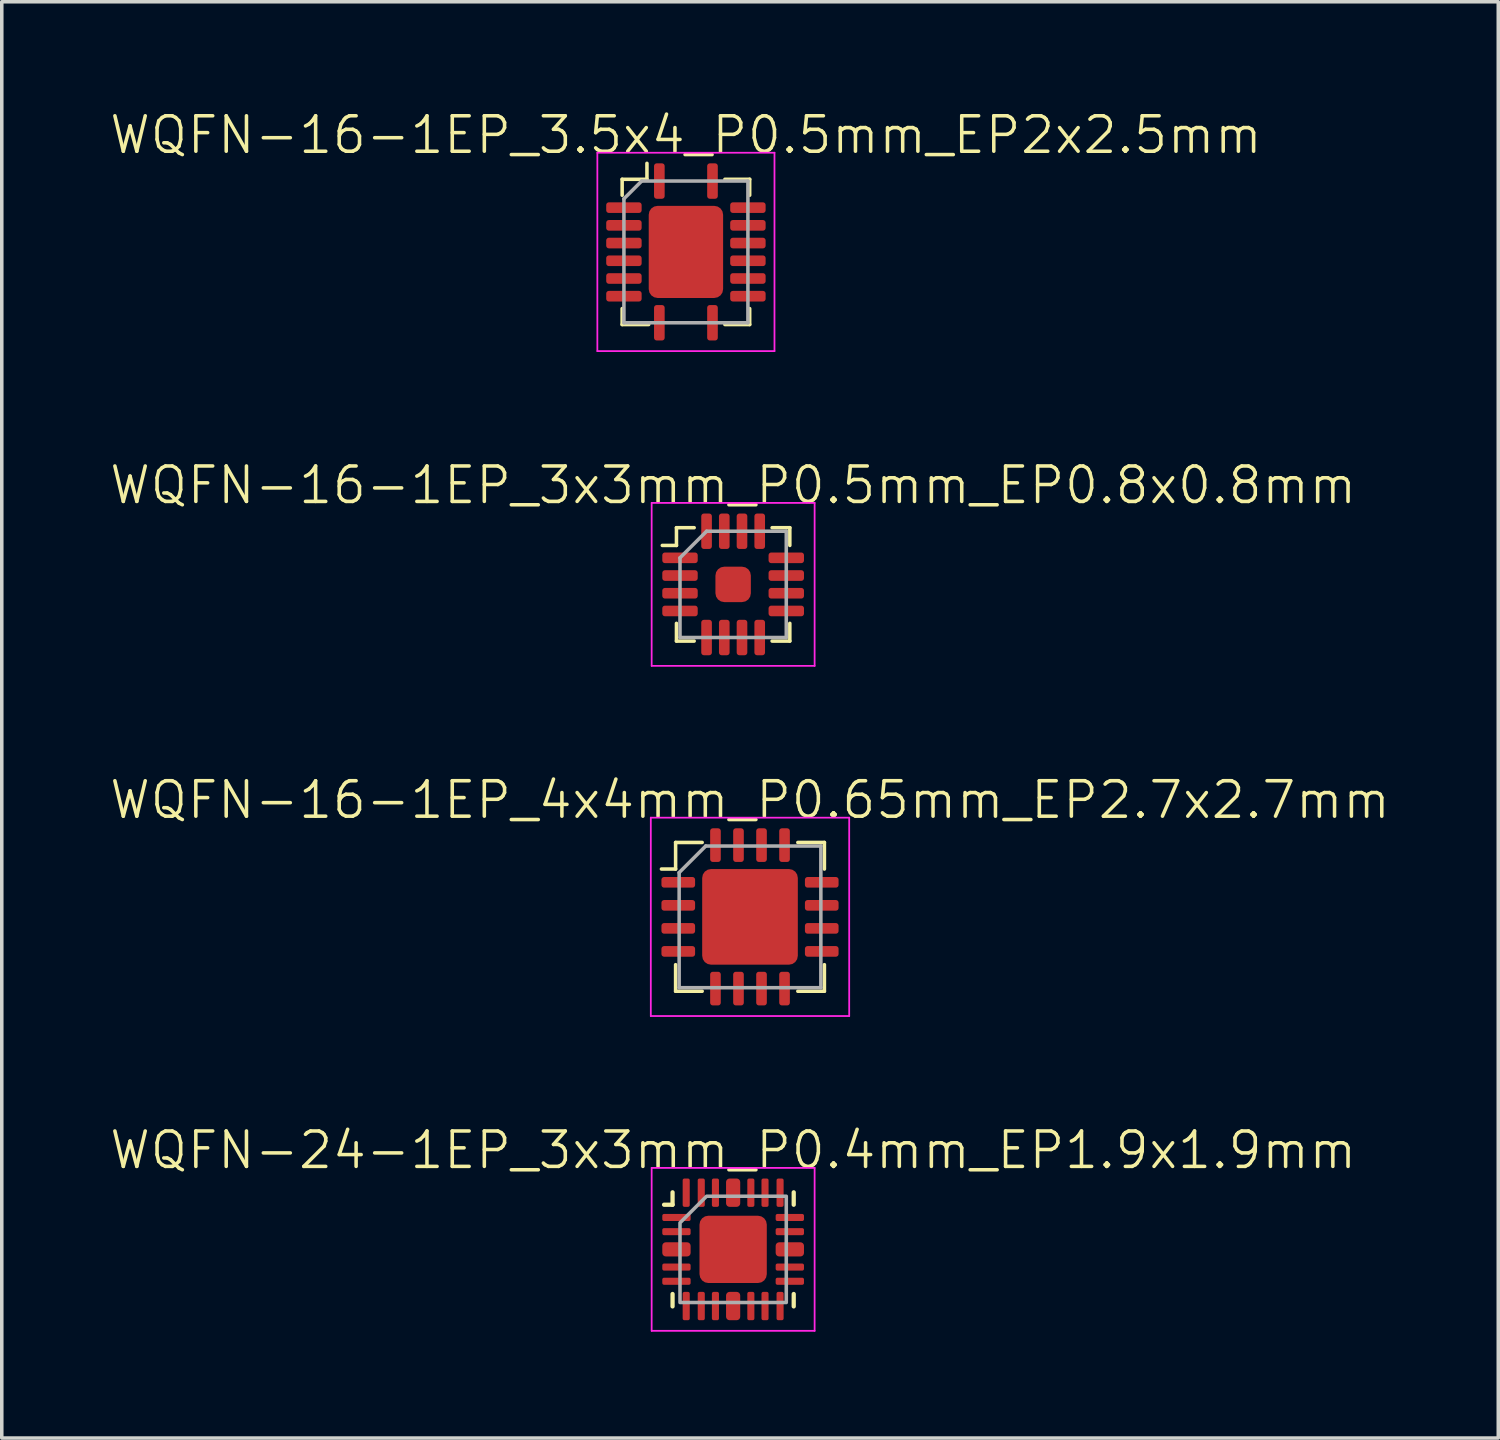
<source format=kicad_pcb>
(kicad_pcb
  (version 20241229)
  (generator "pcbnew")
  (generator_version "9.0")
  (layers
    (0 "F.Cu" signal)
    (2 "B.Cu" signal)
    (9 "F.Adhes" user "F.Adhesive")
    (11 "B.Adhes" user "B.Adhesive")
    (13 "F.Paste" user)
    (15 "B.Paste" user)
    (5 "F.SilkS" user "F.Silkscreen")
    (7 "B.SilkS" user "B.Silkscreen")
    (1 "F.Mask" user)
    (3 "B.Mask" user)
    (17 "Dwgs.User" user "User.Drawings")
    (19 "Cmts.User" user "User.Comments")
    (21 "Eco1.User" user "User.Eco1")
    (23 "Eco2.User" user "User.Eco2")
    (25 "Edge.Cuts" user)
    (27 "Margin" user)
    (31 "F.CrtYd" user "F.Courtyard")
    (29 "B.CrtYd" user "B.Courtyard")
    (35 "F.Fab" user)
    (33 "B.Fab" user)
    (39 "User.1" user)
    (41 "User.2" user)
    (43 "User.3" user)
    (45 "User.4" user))
  (footprint "WQFN-16-1EP_4x4mm_P0.65mm_EP2.7x2.7mm"
    (layer "F.Cu")
    (at 18.121 22.831)
    (property "Reference" "WQFN-16-1EP_4x4mm_P0.65mm_EP2.7x2.7mm" (at 0 -3.3 0) (layer "F.SilkS") (effects (font (size 1 1) (thickness 0.1))))
    (attr smd)
    (fp_line (start -2.1 -1.35) (end -2.5 -1.35) (stroke (width 0.1) (type default)) (layer "F.SilkS"))
    (fp_line (start -2.1 -1.35) (end -2.1 -2.1) (stroke (width 0.1) (type solid)) (layer "F.SilkS"))
    (fp_line (start -2.1 2.1) (end -2.1 1.35) (stroke (width 0.1) (type solid)) (layer "F.SilkS"))
    (fp_line (start -1.35 -2.1) (end -2.1 -2.1) (stroke (width 0.1) (type solid)) (layer "F.SilkS"))
    (fp_line (start -1.35 2.1) (end -2.1 2.1) (stroke (width 0.1) (type solid)) (layer "F.SilkS"))
    (fp_line (start 1.35 -2.1) (end 2.1 -2.1) (stroke (width 0.1) (type solid)) (layer "F.SilkS"))
    (fp_line (start 1.35 2.1) (end 2.1 2.1) (stroke (width 0.1) (type solid)) (layer "F.SilkS"))
    (fp_line (start 2.1 -2.1) (end 2.1 -1.35) (stroke (width 0.1) (type solid)) (layer "F.SilkS"))
    (fp_line (start 2.1 2.1) (end 2.1 1.35) (stroke (width 0.1) (type solid)) (layer "F.SilkS"))
    (fp_rect (start -1.1 -1.1) (end -1 -1) (stroke (width 0.5) (type solid)) (fill yes) (layer "F.Paste"))
    (fp_rect (start -1.1 -0.4) (end -1 -0.3) (stroke (width 0.5) (type solid)) (fill yes) (layer "F.Paste"))
    (fp_rect (start -1.1 0.3) (end -1 0.4) (stroke (width 0.5) (type solid)) (fill yes) (layer "F.Paste"))
    (fp_rect (start -1.1 1) (end -1 1.1) (stroke (width 0.5) (type solid)) (fill yes) (layer "F.Paste"))
    (fp_rect (start -0.4 -1.1) (end -0.3 -1) (stroke (width 0.5) (type solid)) (fill yes) (layer "F.Paste"))
    (fp_rect (start -0.4 -0.4) (end -0.3 -0.3) (stroke (width 0.5) (type solid)) (fill yes) (layer "F.Paste"))
    (fp_rect (start -0.4 0.3) (end -0.3 0.4) (stroke (width 0.5) (type solid)) (fill yes) (layer "F.Paste"))
    (fp_rect (start -0.4 1) (end -0.3 1.1) (stroke (width 0.5) (type solid)) (fill yes) (layer "F.Paste"))
    (fp_rect (start 0.3 -1.1) (end 0.4 -1) (stroke (width 0.5) (type solid)) (fill yes) (layer "F.Paste"))
    (fp_rect (start 0.3 -0.4) (end 0.4 -0.3) (stroke (width 0.5) (type solid)) (fill yes) (layer "F.Paste"))
    (fp_rect (start 0.3 0.3) (end 0.4 0.4) (stroke (width 0.5) (type solid)) (fill yes) (layer "F.Paste"))
    (fp_rect (start 0.3 1) (end 0.4 1.1) (stroke (width 0.5) (type solid)) (fill yes) (layer "F.Paste"))
    (fp_rect (start 1 -1.1) (end 1.1 -1) (stroke (width 0.5) (type solid)) (fill yes) (layer "F.Paste"))
    (fp_rect (start 1 -0.4) (end 1.1 -0.3) (stroke (width 0.5) (type solid)) (fill yes) (layer "F.Paste"))
    (fp_rect (start 1 0.3) (end 1.1 0.4) (stroke (width 0.5) (type solid)) (fill yes) (layer "F.Paste"))
    (fp_rect (start 1 1) (end 1.1 1.1) (stroke (width 0.5) (type solid)) (fill yes) (layer "F.Paste"))
    (fp_line (start -2.8 -2.8) (end -2.8 2.8) (stroke (width 0.05) (type solid)) (layer "F.CrtYd"))
    (fp_line (start -2.8 2.8) (end 2.8 2.8) (stroke (width 0.05) (type solid)) (layer "F.CrtYd"))
    (fp_line (start 2.8 -2.8) (end -2.8 -2.8) (stroke (width 0.05) (type solid)) (layer "F.CrtYd"))
    (fp_line (start 2.8 2.8) (end 2.8 -2.8) (stroke (width 0.05) (type solid)) (layer "F.CrtYd"))
    (fp_line (start -2 -1.25) (end -1.25 -2) (stroke (width 0.1) (type solid)) (layer "F.Fab"))
    (fp_line (start -2 2) (end -2 -1.25) (stroke (width 0.1) (type solid)) (layer "F.Fab"))
    (fp_line (start -1.25 -2) (end 2 -2) (stroke (width 0.1) (type solid)) (layer "F.Fab"))
    (fp_line (start 2 -2) (end 2 2) (stroke (width 0.1) (type solid)) (layer "F.Fab"))
    (fp_line (start 2 2) (end -2 2) (stroke (width 0.1) (type solid)) (layer "F.Fab"))
    (pad "1" smd roundrect (at -2.025 -0.975) (size 0.95 0.3) (layers "F.Cu" "F.Mask" "F.Paste") (roundrect_rratio 0.25))
    (pad "2" smd roundrect (at -2.025 -0.325) (size 0.95 0.3) (layers "F.Cu" "F.Mask" "F.Paste") (roundrect_rratio 0.25))
    (pad "3" smd roundrect (at -2.025 0.325) (size 0.95 0.3) (layers "F.Cu" "F.Mask" "F.Paste") (roundrect_rratio 0.25))
    (pad "4" smd roundrect (at -2.025 0.975) (size 0.95 0.3) (layers "F.Cu" "F.Mask" "F.Paste") (roundrect_rratio 0.25))
    (pad "5" smd roundrect (at -0.975 2.025 90) (size 0.95 0.3) (layers "F.Cu" "F.Mask" "F.Paste") (roundrect_rratio 0.25))
    (pad "6" smd roundrect (at -0.325 2.025 90) (size 0.95 0.3) (layers "F.Cu" "F.Mask" "F.Paste") (roundrect_rratio 0.25))
    (pad "7" smd roundrect (at 0.325 2.025 90) (size 0.95 0.3) (layers "F.Cu" "F.Mask" "F.Paste") (roundrect_rratio 0.25))
    (pad "8" smd roundrect (at 0.975 2.025 90) (size 0.95 0.3) (layers "F.Cu" "F.Mask" "F.Paste") (roundrect_rratio 0.25))
    (pad "9" smd roundrect (at 2.025 0.975) (size 0.95 0.3) (layers "F.Cu" "F.Mask" "F.Paste") (roundrect_rratio 0.25))
    (pad "10" smd roundrect (at 2.025 0.325) (size 0.95 0.3) (layers "F.Cu" "F.Mask" "F.Paste") (roundrect_rratio 0.25))
    (pad "11" smd roundrect (at 2.025 -0.325) (size 0.95 0.3) (layers "F.Cu" "F.Mask" "F.Paste") (roundrect_rratio 0.25))
    (pad "12" smd roundrect (at 2.025 -0.975) (size 0.95 0.3) (layers "F.Cu" "F.Mask" "F.Paste") (roundrect_rratio 0.25))
    (pad "13" smd roundrect (at 0.975 -2.025 90) (size 0.95 0.3) (layers "F.Cu" "F.Mask" "F.Paste") (roundrect_rratio 0.25))
    (pad "14" smd roundrect (at 0.325 -2.025 90) (size 0.95 0.3) (layers "F.Cu" "F.Mask" "F.Paste") (roundrect_rratio 0.25))
    (pad "15" smd roundrect (at -0.325 -2.025 90) (size 0.95 0.3) (layers "F.Cu" "F.Mask" "F.Paste") (roundrect_rratio 0.25))
    (pad "16" smd roundrect (at -0.975 -2.025 90) (size 0.95 0.3) (layers "F.Cu" "F.Mask" "F.Paste") (roundrect_rratio 0.25))
    (pad "17" smd roundrect (at 0 0) (size 2.7 2.7) (property pad_prop_heatsink) (layers "F.Cu" "F.Mask") (roundrect_rratio 0.093)))
  (footprint "WQFN-16-1EP_3x3mm_P0.5mm_EP0.8x0.8mm"
    (layer "F.Cu")
    (at 17.645 13.446)
    (property "Reference" "WQFN-16-1EP_3x3mm_P0.5mm_EP0.8x0.8mm" (at 0 -2.8 0) (layer "F.SilkS") (effects (font (size 1 1) (thickness 0.1))))
    (attr smd)
    (fp_line (start -1.6 -1.1) (end -2 -1.1) (stroke (width 0.1) (type default)) (layer "F.SilkS"))
    (fp_line (start -1.6 -1.1) (end -1.6 -1.6) (stroke (width 0.1) (type solid)) (layer "F.SilkS"))
    (fp_line (start -1.6 1.6) (end -1.6 1.1) (stroke (width 0.1) (type solid)) (layer "F.SilkS"))
    (fp_line (start -1.1 -1.6) (end -1.6 -1.6) (stroke (width 0.1) (type solid)) (layer "F.SilkS"))
    (fp_line (start -1.1 1.6) (end -1.6 1.6) (stroke (width 0.1) (type solid)) (layer "F.SilkS"))
    (fp_line (start 1.1 -1.6) (end 1.6 -1.6) (stroke (width 0.1) (type solid)) (layer "F.SilkS"))
    (fp_line (start 1.1 1.6) (end 1.6 1.6) (stroke (width 0.1) (type solid)) (layer "F.SilkS"))
    (fp_line (start 1.6 -1.6) (end 1.6 -1.1) (stroke (width 0.1) (type solid)) (layer "F.SilkS"))
    (fp_line (start 1.6 1.6) (end 1.6 1.1) (stroke (width 0.1) (type solid)) (layer "F.SilkS"))
    (fp_line (start -2.3 -2.3) (end -2.3 2.3) (stroke (width 0.05) (type solid)) (layer "F.CrtYd"))
    (fp_line (start -2.3 2.3) (end 2.3 2.3) (stroke (width 0.05) (type solid)) (layer "F.CrtYd"))
    (fp_line (start 2.3 -2.3) (end -2.3 -2.3) (stroke (width 0.05) (type solid)) (layer "F.CrtYd"))
    (fp_line (start 2.3 2.3) (end 2.3 -2.3) (stroke (width 0.05) (type solid)) (layer "F.CrtYd"))
    (fp_line (start -1.5 -0.75) (end -0.75 -1.5) (stroke (width 0.1) (type solid)) (layer "F.Fab"))
    (fp_line (start -1.5 1.5) (end -1.5 -0.75) (stroke (width 0.1) (type solid)) (layer "F.Fab"))
    (fp_line (start -0.75 -1.5) (end 1.5 -1.5) (stroke (width 0.1) (type solid)) (layer "F.Fab"))
    (fp_line (start 1.5 -1.5) (end 1.5 1.5) (stroke (width 0.1) (type solid)) (layer "F.Fab"))
    (fp_line (start 1.5 1.5) (end -1.5 1.5) (stroke (width 0.1) (type solid)) (layer "F.Fab"))
    (pad "" smd roundrect (at -0.25 -0.25) (size 0.4 0.4) (layers "F.Paste") (roundrect_rratio 0.5))
    (pad "" smd roundrect (at -0.25 0.25) (size 0.4 0.4) (layers "F.Paste") (roundrect_rratio 0.5))
    (pad "" smd roundrect (at 0.25 -0.25) (size 0.4 0.4) (layers "F.Paste") (roundrect_rratio 0.5))
    (pad "" smd roundrect (at 0.25 0.25) (size 0.4 0.4) (layers "F.Paste") (roundrect_rratio 0.5))
    (pad "1" smd roundrect (at -1.5 -0.75) (size 1 0.3) (layers "F.Cu" "F.Mask" "F.Paste") (roundrect_rratio 0.25))
    (pad "2" smd roundrect (at -1.5 -0.25) (size 1 0.3) (layers "F.Cu" "F.Mask" "F.Paste") (roundrect_rratio 0.25))
    (pad "3" smd roundrect (at -1.5 0.25) (size 1 0.3) (layers "F.Cu" "F.Mask" "F.Paste") (roundrect_rratio 0.25))
    (pad "4" smd roundrect (at -1.5 0.75) (size 1 0.3) (layers "F.Cu" "F.Mask" "F.Paste") (roundrect_rratio 0.25))
    (pad "5" smd roundrect (at -0.75 1.5 90) (size 1 0.3) (layers "F.Cu" "F.Mask" "F.Paste") (roundrect_rratio 0.25))
    (pad "6" smd roundrect (at -0.25 1.5 90) (size 1 0.3) (layers "F.Cu" "F.Mask" "F.Paste") (roundrect_rratio 0.25))
    (pad "7" smd roundrect (at 0.25 1.5 90) (size 1 0.3) (layers "F.Cu" "F.Mask" "F.Paste") (roundrect_rratio 0.25))
    (pad "8" smd roundrect (at 0.75 1.5 90) (size 1 0.3) (layers "F.Cu" "F.Mask" "F.Paste") (roundrect_rratio 0.25))
    (pad "9" smd roundrect (at 1.5 0.75) (size 1 0.3) (layers "F.Cu" "F.Mask" "F.Paste") (roundrect_rratio 0.25))
    (pad "10" smd roundrect (at 1.5 0.25) (size 1 0.3) (layers "F.Cu" "F.Mask" "F.Paste") (roundrect_rratio 0.25))
    (pad "11" smd roundrect (at 1.5 -0.25) (size 1 0.3) (layers "F.Cu" "F.Mask" "F.Paste") (roundrect_rratio 0.25))
    (pad "12" smd roundrect (at 1.5 -0.75) (size 1 0.3) (layers "F.Cu" "F.Mask" "F.Paste") (roundrect_rratio 0.25))
    (pad "13" smd roundrect (at 0.75 -1.5 90) (size 1 0.3) (layers "F.Cu" "F.Mask" "F.Paste") (roundrect_rratio 0.25))
    (pad "14" smd roundrect (at 0.25 -1.5 90) (size 1 0.3) (layers "F.Cu" "F.Mask" "F.Paste") (roundrect_rratio 0.25))
    (pad "15" smd roundrect (at -0.25 -1.5 90) (size 1 0.3) (layers "F.Cu" "F.Mask" "F.Paste") (roundrect_rratio 0.25))
    (pad "16" smd roundrect (at -0.75 -1.5 90) (size 1 0.3) (layers "F.Cu" "F.Mask" "F.Paste") (roundrect_rratio 0.25))
    (pad "17" smd roundrect (at 0 0) (size 1 1) (property pad_prop_heatsink) (layers "F.Cu" "F.Mask") (roundrect_rratio 0.25)))
  (footprint "WQFN-24-1EP_3x3mm_P0.4mm_EP1.9x1.9mm"
    (layer "F.Cu")
    (at 17.645 32.217)
    (property "Reference" "WQFN-24-1EP_3x3mm_P0.4mm_EP1.9x1.9mm" (at 0 -2.8 0) (layer "F.SilkS") (effects (font (size 1 1) (thickness 0.1))))
    (attr smd)
    (fp_line (start -1.95 -1.26) (end -1.71 -1.26) (stroke (width 0.12) (type solid)) (layer "F.SilkS"))
    (fp_line (start -1.71 -1.61) (end -1.71 -1.26) (stroke (width 0.12) (type solid)) (layer "F.SilkS"))
    (fp_line (start -1.71 1.61) (end -1.71 1.26) (stroke (width 0.12) (type solid)) (layer "F.SilkS"))
    (fp_line (start 1.71 -1.61) (end 1.71 -1.26) (stroke (width 0.12) (type solid)) (layer "F.SilkS"))
    (fp_line (start 1.71 1.61) (end 1.71 1.26) (stroke (width 0.12) (type solid)) (layer "F.SilkS"))
    (fp_line (start -2.3 -2.3) (end 2.3 -2.3) (stroke (width 0.05) (type solid)) (layer "F.CrtYd"))
    (fp_line (start -2.3 2.3) (end -2.3 -2.3) (stroke (width 0.05) (type solid)) (layer "F.CrtYd"))
    (fp_line (start 2.3 -2.3) (end 2.3 2.3) (stroke (width 0.05) (type solid)) (layer "F.CrtYd"))
    (fp_line (start 2.3 2.3) (end -2.3 2.3) (stroke (width 0.05) (type solid)) (layer "F.CrtYd"))
    (fp_poly (pts (xy -1.5 -0.75) (xy -1.5 1.5) (xy 1.5 1.5) (xy 1.5 -1.5) (xy -0.75 -1.5)) (stroke (width 0.1) (type solid)) (fill no) (layer "F.Fab"))
    (pad "" smd roundrect (at 0 0) (size 1.53 1.53) (layers "F.Paste") (roundrect_rratio 0.163))
    (pad "1" smd roundrect (at -1.6 -0.9) (size 0.8 0.2) (layers "F.Cu" "F.Mask" "F.Paste") (roundrect_rratio 0.25))
    (pad "2" smd roundrect (at -1.6 -0.5) (size 0.8 0.2) (layers "F.Cu" "F.Mask" "F.Paste") (roundrect_rratio 0.25))
    (pad "3" smd roundrect (at -1.6 0) (size 0.8 0.4) (layers "F.Cu" "F.Mask" "F.Paste") (roundrect_rratio 0.25))
    (pad "4" smd roundrect (at -1.6 0.5) (size 0.8 0.2) (layers "F.Cu" "F.Mask" "F.Paste") (roundrect_rratio 0.25))
    (pad "5" smd roundrect (at -1.6 0.9) (size 0.8 0.2) (layers "F.Cu" "F.Mask" "F.Paste") (roundrect_rratio 0.25))
    (pad "6" smd roundrect (at -1.325 1.6 90) (size 0.8 0.2) (layers "F.Cu" "F.Mask" "F.Paste") (roundrect_rratio 0.25))
    (pad "7" smd roundrect (at -0.9 1.6 90) (size 0.8 0.2) (layers "F.Cu" "F.Mask" "F.Paste") (roundrect_rratio 0.25))
    (pad "8" smd roundrect (at -0.5 1.6 90) (size 0.8 0.2) (layers "F.Cu" "F.Mask" "F.Paste") (roundrect_rratio 0.25))
    (pad "9" smd roundrect (at 0 1.6 90) (size 0.8 0.4) (layers "F.Cu" "F.Mask" "F.Paste") (roundrect_rratio 0.25))
    (pad "10" smd roundrect (at 0.5 1.6 90) (size 0.8 0.2) (layers "F.Cu" "F.Mask" "F.Paste") (roundrect_rratio 0.25))
    (pad "11" smd roundrect (at 0.9 1.6 90) (size 0.8 0.2) (layers "F.Cu" "F.Mask" "F.Paste") (roundrect_rratio 0.25))
    (pad "12" smd roundrect (at 1.325 1.6 90) (size 0.8 0.2) (layers "F.Cu" "F.Mask" "F.Paste") (roundrect_rratio 0.25))
    (pad "13" smd roundrect (at 1.6 0.9) (size 0.8 0.2) (layers "F.Cu" "F.Mask" "F.Paste") (roundrect_rratio 0.25))
    (pad "14" smd roundrect (at 1.6 0.5) (size 0.8 0.2) (layers "F.Cu" "F.Mask" "F.Paste") (roundrect_rratio 0.25))
    (pad "15" smd roundrect (at 1.6 0) (size 0.8 0.4) (layers "F.Cu" "F.Mask" "F.Paste") (roundrect_rratio 0.25))
    (pad "16" smd roundrect (at 1.6 -0.5) (size 0.8 0.2) (layers "F.Cu" "F.Mask" "F.Paste") (roundrect_rratio 0.25))
    (pad "17" smd roundrect (at 1.6 -0.9) (size 0.8 0.2) (layers "F.Cu" "F.Mask" "F.Paste") (roundrect_rratio 0.25))
    (pad "18" smd roundrect (at 1.325 -1.6 90) (size 0.8 0.2) (layers "F.Cu" "F.Mask" "F.Paste") (roundrect_rratio 0.25))
    (pad "19" smd roundrect (at 0.9 -1.6 90) (size 0.8 0.2) (layers "F.Cu" "F.Mask" "F.Paste") (roundrect_rratio 0.25))
    (pad "20" smd roundrect (at 0.5 -1.6 90) (size 0.8 0.2) (layers "F.Cu" "F.Mask" "F.Paste") (roundrect_rratio 0.25))
    (pad "21" smd roundrect (at 0 -1.6 90) (size 0.8 0.4) (layers "F.Cu" "F.Mask" "F.Paste") (roundrect_rratio 0.25))
    (pad "22" smd roundrect (at -0.5 -1.6 90) (size 0.8 0.2) (layers "F.Cu" "F.Mask" "F.Paste") (roundrect_rratio 0.25))
    (pad "23" smd roundrect (at -0.9 -1.6 90) (size 0.8 0.2) (layers "F.Cu" "F.Mask" "F.Paste") (roundrect_rratio 0.25))
    (pad "24" smd roundrect (at -1.325 -1.6 90) (size 0.8 0.2) (layers "F.Cu" "F.Mask" "F.Paste") (roundrect_rratio 0.25))
    (pad "25" smd roundrect (at 0 0) (size 1.9 1.9) (property pad_prop_heatsink) (layers "F.Cu" "F.Mask") (roundrect_rratio 0.132)))
  (footprint "WQFN-16-1EP_3.5x4_P0.5mm_EP2x2.5mm"
    (layer "F.Cu")
    (at 16.312 4.061)
    (property "Reference" "WQFN-16-1EP_3.5x4_P0.5mm_EP2x2.5mm" (at 0 -3.3 0) (layer "F.SilkS") (effects (font (size 1 1) (thickness 0.1))))
    (attr smd)
    (fp_line (start -1.8 -2.05) (end -1.1 -2.05) (stroke (width 0.1) (type default)) (layer "F.SilkS"))
    (fp_line (start -1.8 -1.6) (end -1.8 -2.05) (stroke (width 0.1) (type default)) (layer "F.SilkS"))
    (fp_line (start -1.8 2.05) (end -1.8 1.6) (stroke (width 0.1) (type default)) (layer "F.SilkS"))
    (fp_line (start -1.1 -2.05) (end -1.1 -2.5) (stroke (width 0.1) (type default)) (layer "F.SilkS"))
    (fp_line (start -1.05 2.05) (end -1.8 2.05) (stroke (width 0.1) (type default)) (layer "F.SilkS"))
    (fp_line (start 1.1 -2.05) (end 1.8 -2.05) (stroke (width 0.1) (type default)) (layer "F.SilkS"))
    (fp_line (start 1.8 -2.05) (end 1.8 -1.6) (stroke (width 0.1) (type default)) (layer "F.SilkS"))
    (fp_line (start 1.8 1.6) (end 1.8 2.05) (stroke (width 0.1) (type default)) (layer "F.SilkS"))
    (fp_line (start 1.8 2.05) (end 1.1 2.05) (stroke (width 0.1) (type default)) (layer "F.SilkS"))
    (fp_line (start -2.5 -2.8) (end -2.5 2.8) (stroke (width 0.05) (type default)) (layer "F.CrtYd"))
    (fp_line (start -2.5 2.8) (end 2.5 2.8) (stroke (width 0.05) (type default)) (layer "F.CrtYd"))
    (fp_line (start 2.5 -2.8) (end -2.5 -2.8) (stroke (width 0.05) (type default)) (layer "F.CrtYd"))
    (fp_line (start 2.5 2.8) (end 2.5 -2.8) (stroke (width 0.05) (type default)) (layer "F.CrtYd"))
    (fp_line (start -1.75 -1.5) (end -1.25 -2) (stroke (width 0.1) (type default)) (layer "F.Fab"))
    (fp_line (start -1.75 2) (end -1.75 -1.5) (stroke (width 0.1) (type default)) (layer "F.Fab"))
    (fp_line (start -1.75 2) (end 1.75 2) (stroke (width 0.1) (type default)) (layer "F.Fab"))
    (fp_line (start -1.25 -2) (end 1.75 -2) (stroke (width 0.1) (type default)) (layer "F.Fab"))
    (fp_line (start 1.75 -2) (end 1.75 2) (stroke (width 0.1) (type default)) (layer "F.Fab"))
    (pad "" smd roundrect (at -0.55 -0.9) (size 1 0.8) (layers "F.Paste") (roundrect_rratio 0.312))
    (pad "" smd roundrect (at -0.55 0) (size 1 0.8) (layers "F.Paste") (roundrect_rratio 0.312))
    (pad "" smd roundrect (at -0.55 0.9) (size 1 0.8) (layers "F.Paste") (roundrect_rratio 0.312))
    (pad "" smd roundrect (at 0.55 -0.9) (size 1 0.8) (layers "F.Paste") (roundrect_rratio 0.312))
    (pad "" smd roundrect (at 0.55 0) (size 1 0.8) (layers "F.Paste") (roundrect_rratio 0.312))
    (pad "" smd roundrect (at 0.55 0.9) (size 1 0.8) (layers "F.Paste") (roundrect_rratio 0.312))
    (pad "1" smd roundrect (at -0.75 -2 90) (size 1 0.3) (layers "F.Cu" "F.Mask" "F.Paste") (roundrect_rratio 0.25))
    (pad "2" smd roundrect (at -1.75 -1.25 180) (size 1 0.3) (layers "F.Cu" "F.Mask" "F.Paste") (roundrect_rratio 0.25))
    (pad "3" smd roundrect (at -1.75 -0.75 180) (size 1 0.3) (layers "F.Cu" "F.Mask" "F.Paste") (roundrect_rratio 0.25))
    (pad "4" smd roundrect (at -1.75 -0.25 180) (size 1 0.3) (layers "F.Cu" "F.Mask" "F.Paste") (roundrect_rratio 0.25))
    (pad "5" smd roundrect (at -1.75 0.25 180) (size 1 0.3) (layers "F.Cu" "F.Mask" "F.Paste") (roundrect_rratio 0.25))
    (pad "6" smd roundrect (at -1.75 0.75 180) (size 1 0.3) (layers "F.Cu" "F.Mask" "F.Paste") (roundrect_rratio 0.25))
    (pad "7" smd roundrect (at -1.75 1.25 180) (size 1 0.3) (layers "F.Cu" "F.Mask" "F.Paste") (roundrect_rratio 0.25))
    (pad "8" smd roundrect (at -0.75 2 270) (size 1 0.3) (layers "F.Cu" "F.Mask" "F.Paste") (roundrect_rratio 0.25))
    (pad "9" smd roundrect (at 0.75 2 270) (size 1 0.3) (layers "F.Cu" "F.Mask" "F.Paste") (roundrect_rratio 0.25))
    (pad "10" smd roundrect (at 1.75 1.25) (size 1 0.3) (layers "F.Cu" "F.Mask" "F.Paste") (roundrect_rratio 0.25))
    (pad "11" smd roundrect (at 1.75 0.75) (size 1 0.3) (layers "F.Cu" "F.Mask" "F.Paste") (roundrect_rratio 0.25))
    (pad "12" smd roundrect (at 1.75 0.25) (size 1 0.3) (layers "F.Cu" "F.Mask" "F.Paste") (roundrect_rratio 0.25))
    (pad "13" smd roundrect (at 1.75 -0.25) (size 1 0.3) (layers "F.Cu" "F.Mask" "F.Paste") (roundrect_rratio 0.25))
    (pad "14" smd roundrect (at 1.75 -0.75) (size 1 0.3) (layers "F.Cu" "F.Mask" "F.Paste") (roundrect_rratio 0.25))
    (pad "15" smd roundrect (at 1.75 -1.25) (size 1 0.3) (layers "F.Cu" "F.Mask" "F.Paste") (roundrect_rratio 0.25))
    (pad "16" smd roundrect (at 0.75 -2 90) (size 1 0.3) (layers "F.Cu" "F.Mask" "F.Paste") (roundrect_rratio 0.25))
    (pad "17" smd roundrect (at 0 0 90) (size 2.6 2.1) (layers "F.Cu" "F.Mask") (roundrect_rratio 0.119)))
  (gr_rect
    (start -3 -3)
    (end 39.243 37.542)
    (stroke (width 0.1) (type default))
    (fill no)
    (layer "Edge.Cuts")))
</source>
